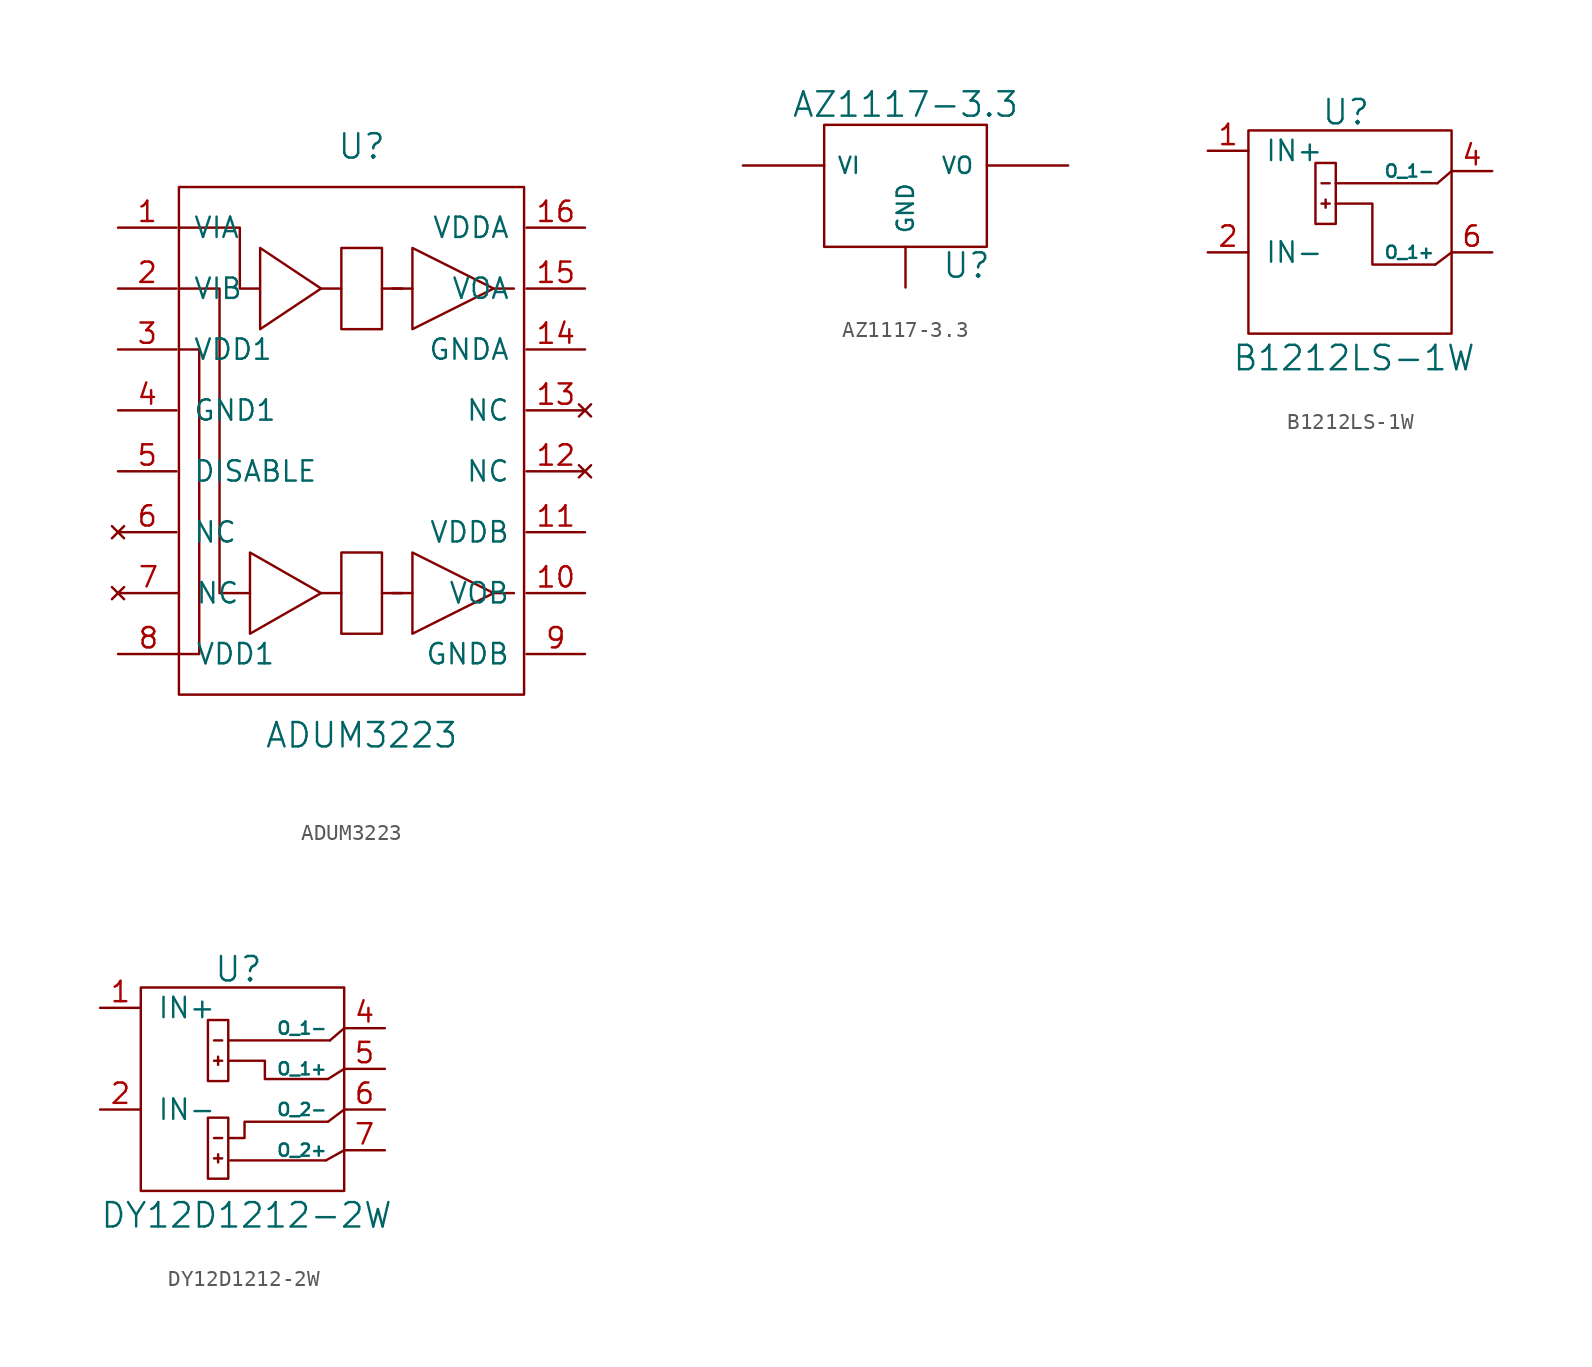
<source format=kicad_sym>
(kicad_symbol_lib
  (version 20220914)
  (generator kicad_symbol_editor)
  (symbol "ADUM3223"
    (pin_names
      (offset 1.016))
    (property "Reference" "U"
      (at 0 19.05 0)
      (effects (font (size 1.524 1.524))))
    (property "Value" "ADUM3223"
      (at 0 -17.78 0)
      (effects (font (size 1.524 1.524))))
    (property "Footprint" ""
      (at 1.27 -1.27 0)
      (effects (font (size 1.524 1.524))))
    (property "Datasheet" ""
      (at 1.27 -1.27 0)
      (effects (font (size 1.524 1.524))))
    (symbol "ADUM3223_0_1"
      (polyline (pts (xy -1.27 -8.89) (xy -2.54 -8.89)) (stroke (width 0) (type solid)) (fill (type none)))
      (polyline (pts (xy -1.27 10.16) (xy -2.54 10.16)) (stroke (width 0) (type solid)) (fill (type none)))
      (polyline (pts (xy 2.54 -8.89) (xy 1.27 -8.89)) (stroke (width 0) (type solid)) (fill (type none)))
      (polyline (pts (xy 2.54 10.16) (xy 1.27 10.16)) (stroke (width 0) (type solid)) (fill (type none)))
      (polyline (pts (xy 3.175 -8.89) (xy 1.905 -8.89)) (stroke (width 0) (type solid)) (fill (type none)))
      (polyline (pts (xy 3.175 10.16) (xy 1.905 10.16)) (stroke (width 0) (type solid)) (fill (type none)))
      (polyline (pts (xy 9.525 -8.89) (xy 8.255 -8.89)) (stroke (width 0) (type solid)) (fill (type none)))
      (polyline (pts (xy 9.525 10.16) (xy 8.255 10.16)) (stroke (width 0) (type solid)) (fill (type none)))
      (polyline (pts (xy -11.43 6.35) (xy -10.16 6.35) (xy -10.16 -12.7) (xy -11.43 -12.7)) (stroke (width 0) (type solid)) (fill (type none)))
      (polyline (pts (xy -6.985 -6.35) (xy -2.54 -8.89) (xy -6.985 -11.43) (xy -6.985 -6.35)) (stroke (width 0) (type solid)) (fill (type none)))
      (polyline (pts (xy 3.175 12.7) (xy 3.175 7.62) (xy 8.255 10.16) (xy 3.175 12.7)) (stroke (width 0) (type solid)) (fill (type none)))
      (polyline (pts (xy 8.255 -8.89) (xy 3.175 -6.35) (xy 3.175 -11.43) (xy 8.255 -8.89)) (stroke (width 0) (type solid)) (fill (type none)))
      (polyline (pts (xy -11.43 10.16) (xy -10.16 10.16) (xy -8.89 10.16) (xy -8.89 -8.89) (xy -6.985 -8.89)) (stroke (width 0) (type solid)) (fill (type none)))
      (polyline (pts (xy -1.27 12.7) (xy -1.27 7.62) (xy 1.27 7.62) (xy 1.27 12.7) (xy -1.27 12.7)) (stroke (width 0) (type solid)) (fill (type none)))
      (polyline (pts (xy 1.27 -6.35) (xy 1.27 -11.43) (xy -1.27 -11.43) (xy -1.27 -6.35) (xy 1.27 -6.35)) (stroke (width 0) (type solid)) (fill (type none)))
      (polyline (pts (xy 10.16 16.51) (xy 10.16 0) (xy 10.16 -15.24) (xy -11.43 -15.24) (xy -11.43 16.51) (xy 10.16 16.51)) (stroke (width 0) (type solid)) (fill (type none)))
      (polyline (pts (xy -11.43 13.97) (xy -7.62 13.97) (xy -7.62 10.16) (xy -6.35 10.16) (xy -6.35 12.7) (xy -2.54 10.16) (xy -6.35 7.62) (xy -6.35 10.16)) (stroke (width 0) (type solid)) (fill (type none))))
    (symbol "ADUM3223_1_1"
      (pin input line (at -15.24 13.97 0) (length 3.658) (name "VIA" (effects (font (size 1.27 1.27)))) (number "1" (effects (font (size 1.27 1.27)))))
      (pin input line (at 13.97 -8.89 180) (length 3.658) (name "VOB" (effects (font (size 1.27 1.27)))) (number "10" (effects (font (size 1.27 1.27)))))
      (pin input line (at 13.97 -5.08 180) (length 3.658) (name "VDDB" (effects (font (size 1.27 1.27)))) (number "11" (effects (font (size 1.27 1.27)))))
      (pin no_connect line (at 13.97 -1.27 180) (length 3.658) (name "NC" (effects (font (size 1.27 1.27)))) (number "12" (effects (font (size 1.27 1.27)))))
      (pin no_connect line (at 13.97 2.54 180) (length 3.658) (name "NC" (effects (font (size 1.27 1.27)))) (number "13" (effects (font (size 1.27 1.27)))))
      (pin input line (at 13.97 6.35 180) (length 3.658) (name "GNDA" (effects (font (size 1.27 1.27)))) (number "14" (effects (font (size 1.27 1.27)))))
      (pin input line (at 13.97 10.16 180) (length 3.658) (name "VOA" (effects (font (size 1.27 1.27)))) (number "15" (effects (font (size 1.27 1.27)))))
      (pin input line (at 13.97 13.97 180) (length 3.658) (name "VDDA" (effects (font (size 1.27 1.27)))) (number "16" (effects (font (size 1.27 1.27)))))
      (pin input line (at -15.24 10.16 0) (length 3.658) (name "VIB" (effects (font (size 1.27 1.27)))) (number "2" (effects (font (size 1.27 1.27)))))
      (pin input line (at -15.24 6.35 0) (length 3.658) (name "VDD1" (effects (font (size 1.27 1.27)))) (number "3" (effects (font (size 1.27 1.27)))))
      (pin input line (at -15.24 2.54 0) (length 3.658) (name "GND1" (effects (font (size 1.27 1.27)))) (number "4" (effects (font (size 1.27 1.27)))))
      (pin input line (at -15.24 -1.27 0) (length 3.658) (name "DISABLE" (effects (font (size 1.27 1.27)))) (number "5" (effects (font (size 1.27 1.27)))))
      (pin no_connect line (at -15.24 -5.08 0) (length 3.658) (name "NC" (effects (font (size 1.27 1.27)))) (number "6" (effects (font (size 1.27 1.27)))))
      (pin no_connect line (at -15.24 -8.89 0) (length 3.81) (name "NC" (effects (font (size 1.27 1.27)))) (number "7" (effects (font (size 1.27 1.27)))))
      (pin input line (at -15.24 -12.7 0) (length 3.81) (name "VDD1" (effects (font (size 1.27 1.27)))) (number "8" (effects (font (size 1.27 1.27)))))
      (pin input line (at 13.97 -12.7 180) (length 3.658) (name "GNDB" (effects (font (size 1.27 1.27)))) (number "9" (effects (font (size 1.27 1.27)))))))
  (symbol "AZ1117-3.3"
    (pin_numbers hide)
    (pin_names
      (offset 0.762))
    (property "Reference" "U"
      (at 3.81 -4.978 0)
      (effects (font (size 1.524 1.524))))
    (property "Value" "AZ1117-3.3"
      (at 0 5.08 0)
      (effects (font (size 1.524 1.524))))
    (property "Footprint" ""
      (at 0 0 0)
      (effects (font (size 1.524 1.524))))
    (property "Datasheet" ""
      (at 0 0 0)
      (effects (font (size 1.524 1.524))))
    (symbol "AZ1117-3.3_0_1"
      (rectangle (start -5.08 -3.81) (end 5.08 3.81) (stroke (width 0) (type solid)) (fill (type none))))
    (symbol "AZ1117-3.3_1_1"
      (pin input line (at 0 -6.35 90) (length 2.54) (name "GND" (effects (font (size 1.016 1.016)))) (number "1" (effects (font (size 1.016 1.016)))))
      (pin power_out line (at 10.16 1.27 180) (length 5.08) (name "VO" (effects (font (size 1.016 1.016)))) (number "2" (effects (font (size 1.016 1.016)))))
      (pin input line (at -10.16 1.27 0) (length 5.08) (name "VI" (effects (font (size 1.016 1.016)))) (number "3" (effects (font (size 1.016 1.016)))))))
  (symbol "B1212LS-1W"
    (pin_names
      (offset 1.016))
    (property "Reference" "U"
      (at -0.254 7.493 0)
      (effects (font (size 1.524 1.524))))
    (property "Value" "B1212LS-1W"
      (at 0.254 -7.874 0)
      (effects (font (size 1.524 1.524))))
    (property "Footprint" ""
      (at 0 -2.921 0)
      (effects (font (size 1.524 1.524))))
    (property "Datasheet" ""
      (at 0 -2.921 0)
      (effects (font (size 1.524 1.524))))
    (symbol "B1212LS-1W_0_1"
      (rectangle (start -1.778 1.778) (end -1.27 1.778) (stroke (width 0) (type solid)) (fill (type none)))
      (rectangle (start -1.778 3.048) (end -1.27 3.048) (stroke (width 0) (type solid)) (fill (type none)))
      (rectangle (start -1.524 2.032) (end -1.524 1.524) (stroke (width 0) (type solid)) (fill (type none)))
      (polyline (pts (xy -0.889 3.048) (xy 5.461 3.048)) (stroke (width 0) (type solid)) (fill (type none)))
      (polyline (pts (xy 5.334 -2.032) (xy 6.35 -1.27)) (stroke (width 0) (type solid)) (fill (type none)))
      (polyline (pts (xy 5.461 3.048) (xy 6.35 3.81)) (stroke (width 0) (type solid)) (fill (type none)))
      (polyline (pts (xy -0.889 1.778) (xy 1.397 1.778) (xy 1.397 -2.032) (xy 5.334 -2.032)) (stroke (width 0) (type solid)) (fill (type none)))
      (polyline (pts (xy -6.35 6.35) (xy 6.35 6.35) (xy 6.35 -6.35) (xy -6.35 -6.35) (xy -6.35 6.35)) (stroke (width 0) (type solid)) (fill (type none)))
      (polyline (pts (xy -2.159 4.318) (xy -0.889 4.318) (xy -0.889 0.508) (xy -2.159 0.508) (xy -2.159 4.318)) (stroke (width 0) (type solid)) (fill (type none))))
    (symbol "B1212LS-1W_1_1"
      (pin input line (at -8.89 5.08 0) (length 2.54) (name "IN+" (effects (font (size 1.27 1.27)))) (number "1" (effects (font (size 1.27 1.27)))))
      (pin power_in line (at -8.89 -1.27 0) (length 2.54) (name "IN-" (effects (font (size 1.27 1.27)))) (number "2" (effects (font (size 1.27 1.27)))))
      (pin power_out line (at 8.89 3.81 180) (length 2.54) (name "O_1-" (effects (font (size 0.762 0.762)))) (number "4" (effects (font (size 1.27 1.27)))))
      (pin power_out line (at 8.89 -1.27 180) (length 2.54) (name "O_1+" (effects (font (size 0.762 0.762)))) (number "6" (effects (font (size 1.27 1.27)))))))
  (symbol "DY12D1212-2W"
    (pin_names
      (offset 1.016))
    (property "Reference" "U"
      (at -0.254 7.493 0)
      (effects (font (size 1.524 1.524))))
    (property "Value" "DY12D1212-2W"
      (at 0.254 -7.874 0)
      (effects (font (size 1.524 1.524))))
    (property "Footprint" ""
      (at 0 -2.921 0)
      (effects (font (size 1.524 1.524))))
    (property "Datasheet" ""
      (at 0 -2.921 0)
      (effects (font (size 1.524 1.524))))
    (symbol "DY12D1212-2W_0_1"
      (rectangle (start -1.778 -4.318) (end -1.27 -4.318) (stroke (width 0) (type solid)) (fill (type none)))
      (rectangle (start -1.778 -3.048) (end -1.27 -3.048) (stroke (width 0) (type solid)) (fill (type none)))
      (rectangle (start -1.778 1.778) (end -1.27 1.778) (stroke (width 0) (type solid)) (fill (type none)))
      (rectangle (start -1.778 3.048) (end -1.27 3.048) (stroke (width 0) (type solid)) (fill (type none)))
      (rectangle (start -1.524 -4.064) (end -1.524 -4.572) (stroke (width 0) (type solid)) (fill (type none)))
      (rectangle (start -1.524 2.032) (end -1.524 1.524) (stroke (width 0) (type solid)) (fill (type none)))
      (polyline (pts (xy -0.889 3.048) (xy 5.461 3.048)) (stroke (width 0) (type solid)) (fill (type none)))
      (polyline (pts (xy -0.762 -4.445) (xy 5.207 -4.445)) (stroke (width 0) (type solid)) (fill (type none)))
      (polyline (pts (xy 5.207 -4.445) (xy 6.35 -3.81)) (stroke (width 0) (type solid)) (fill (type none)))
      (polyline (pts (xy 5.334 -2.032) (xy 6.35 -1.27)) (stroke (width 0) (type solid)) (fill (type none)))
      (polyline (pts (xy 5.334 0.635) (xy 6.35 1.27)) (stroke (width 0) (type solid)) (fill (type none)))
      (polyline (pts (xy 5.461 3.048) (xy 6.35 3.81)) (stroke (width 0) (type solid)) (fill (type none)))
      (polyline (pts (xy -0.889 -3.048) (xy 0.127 -3.048) (xy 0.127 -2.032) (xy 5.334 -2.032)) (stroke (width 0) (type solid)) (fill (type none)))
      (polyline (pts (xy -0.889 1.778) (xy 1.397 1.778) (xy 1.397 0.635) (xy 5.334 0.635)) (stroke (width 0) (type solid)) (fill (type none)))
      (polyline (pts (xy -6.35 6.35) (xy 6.35 6.35) (xy 6.35 -6.35) (xy -6.35 -6.35) (xy -6.35 6.35)) (stroke (width 0) (type solid)) (fill (type none)))
      (polyline (pts (xy -2.159 -1.778) (xy -0.889 -1.778) (xy -0.889 -5.588) (xy -2.159 -5.588) (xy -2.159 -1.778)) (stroke (width 0) (type solid)) (fill (type none)))
      (polyline (pts (xy -2.159 4.318) (xy -0.889 4.318) (xy -0.889 0.508) (xy -2.159 0.508) (xy -2.159 4.318)) (stroke (width 0) (type solid)) (fill (type none))))
    (symbol "DY12D1212-2W_1_1"
      (pin input line (at -8.89 5.08 0) (length 2.54) (name "IN+" (effects (font (size 1.27 1.27)))) (number "1" (effects (font (size 1.27 1.27)))))
      (pin power_in line (at -8.89 -1.27 0) (length 2.54) (name "IN-" (effects (font (size 1.27 1.27)))) (number "2" (effects (font (size 1.27 1.27)))))
      (pin power_out line (at 8.89 3.81 180) (length 2.54) (name "O_1-" (effects (font (size 0.762 0.762)))) (number "4" (effects (font (size 1.27 1.27)))))
      (pin power_out line (at 8.89 1.27 180) (length 2.54) (name "O_1+" (effects (font (size 0.762 0.762)))) (number "5" (effects (font (size 1.27 1.27)))))
      (pin power_out line (at 8.89 -1.27 180) (length 2.54) (name "O_2-" (effects (font (size 0.762 0.762)))) (number "6" (effects (font (size 1.27 1.27)))))
      (pin power_out line (at 8.89 -3.81 180) (length 2.54) (name "O_2+" (effects (font (size 0.762 0.762)))) (number "7" (effects (font (size 1.27 1.27))))))))
</source>
